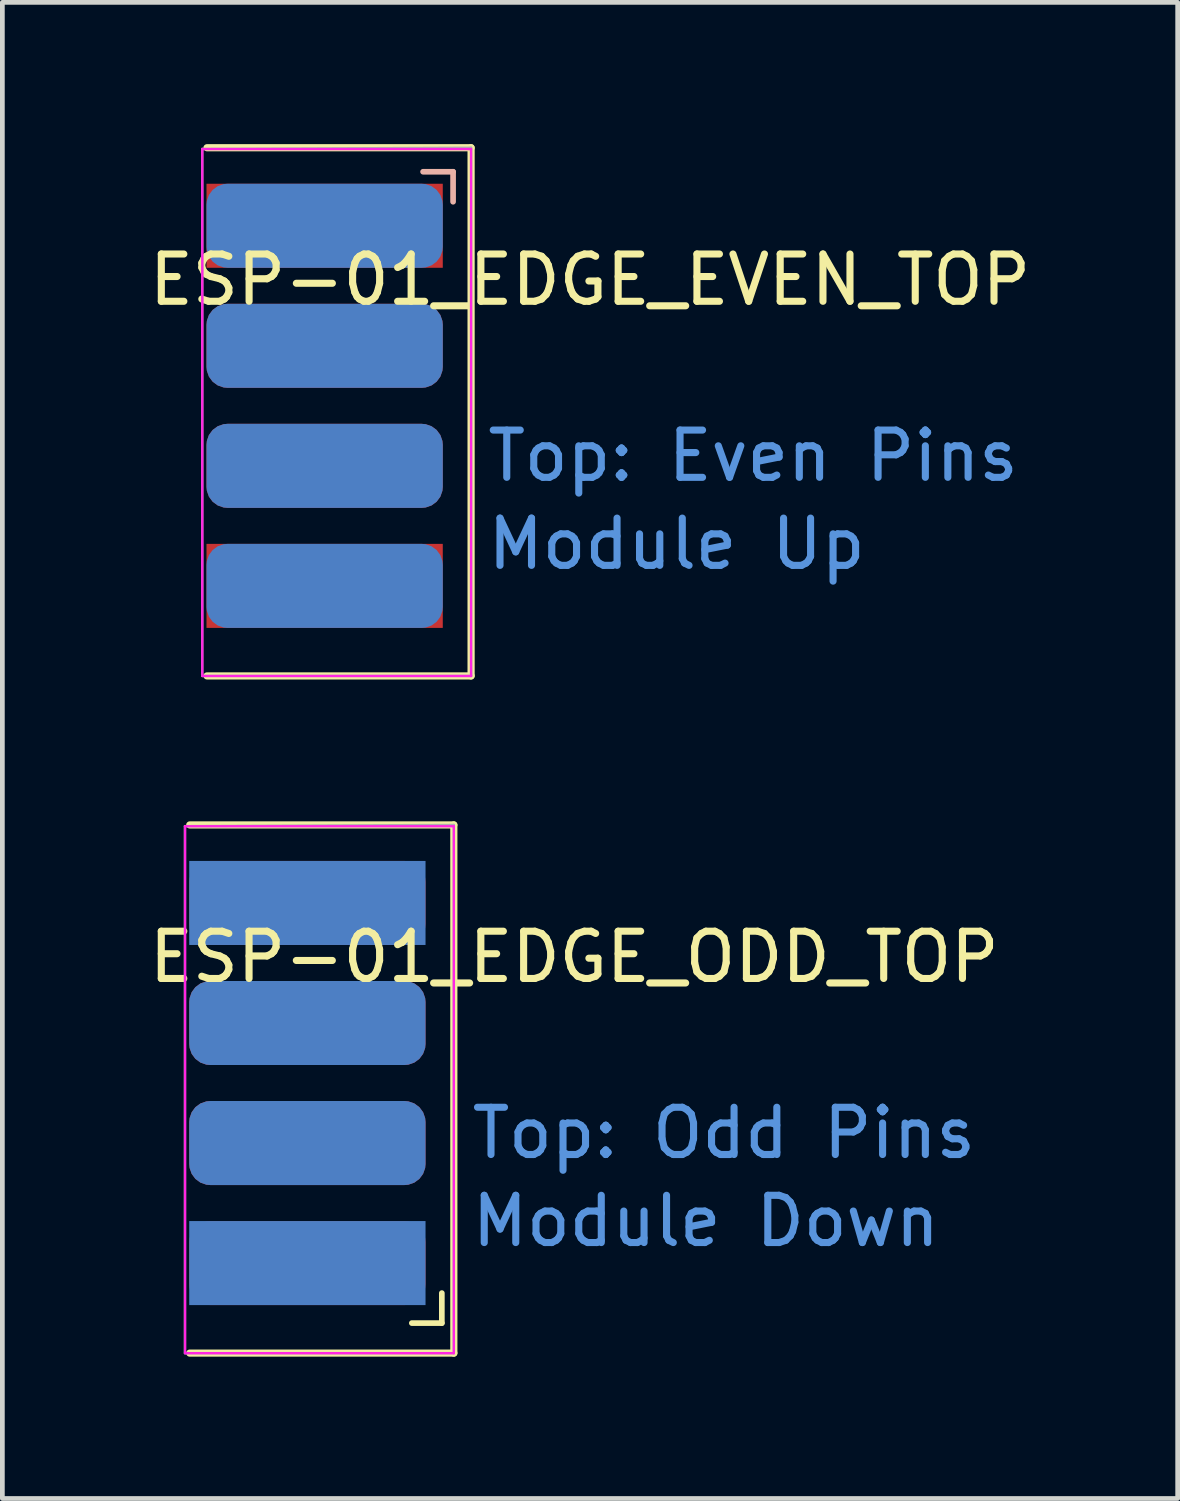
<source format=kicad_pcb>
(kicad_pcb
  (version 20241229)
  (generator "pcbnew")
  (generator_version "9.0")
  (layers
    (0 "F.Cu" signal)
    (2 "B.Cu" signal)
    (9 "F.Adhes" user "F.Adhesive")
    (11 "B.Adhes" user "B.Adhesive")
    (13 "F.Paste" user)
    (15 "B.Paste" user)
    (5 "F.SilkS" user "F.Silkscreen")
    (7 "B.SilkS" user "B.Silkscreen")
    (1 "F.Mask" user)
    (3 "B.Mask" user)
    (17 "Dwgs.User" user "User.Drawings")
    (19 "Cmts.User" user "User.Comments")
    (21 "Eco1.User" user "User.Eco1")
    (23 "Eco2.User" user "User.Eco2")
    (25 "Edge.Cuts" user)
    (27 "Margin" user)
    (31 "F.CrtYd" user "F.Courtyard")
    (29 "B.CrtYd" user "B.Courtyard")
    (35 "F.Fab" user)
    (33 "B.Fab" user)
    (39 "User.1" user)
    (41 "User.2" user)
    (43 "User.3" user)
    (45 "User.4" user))
  (footprint "ESP-01_EDGE_EVEN_TOP"
    (layer "F.Cu")
    (at 1.076 4.394)
    (property "Reference" "ESP-01_EDGE_EVEN_TOP" (at 8.359 -1.524 0) (layer "F.SilkS") (effects (font (size 1 1) (thickness 0.15))))
    (attr smd)
    (fp_line (start 0.254 6.858) (end 5.842 6.858) (stroke (width 0.152) (type solid)) (layer "F.SilkS"))
    (fp_line (start 5.842 -4.318) (end 0.254 -4.318) (stroke (width 0.152) (type solid)) (layer "F.SilkS"))
    (fp_line (start 5.842 6.858) (end 5.842 -4.318) (stroke (width 0.152) (type solid)) (layer "F.SilkS"))
    (fp_line (start 4.826 -3.81) (end 5.461 -3.81) (stroke (width 0.12) (type solid)) (layer "B.SilkS"))
    (fp_line (start 5.461 -3.81) (end 5.461 -3.175) (stroke (width 0.12) (type solid)) (layer "B.SilkS"))
    (fp_line (start 0.155 -4.29) (end 0.155 6.86) (stroke (width 0.05) (type solid)) (layer "F.CrtYd"))
    (fp_line (start 0.155 -4.29) (end 5.842 -4.29) (stroke (width 0.05) (type solid)) (layer "F.CrtYd"))
    (fp_line (start 0.155 6.86) (end 5.842 6.86) (stroke (width 0.05) (type solid)) (layer "F.CrtYd"))
    (fp_line (start 5.842 -4.29) (end 5.842 6.86) (stroke (width 0.05) (type solid)) (layer "F.CrtYd"))
    (fp_line (start 0.152 6.858) (end 0.152 -4.293) (stroke (width 0.05) (type solid)) (layer "F.Fab"))
    (fp_line (start 5.842 -4.318) (end 0.152 -4.293) (stroke (width 0.05) (type solid)) (layer "F.Fab"))
    (fp_line (start 5.842 6.858) (end 0.152 6.858) (stroke (width 0.05) (type solid)) (layer "F.Fab"))
    (fp_line (start 5.842 6.858) (end 5.842 -4.318) (stroke (width 0.05) (type solid)) (layer "F.Fab"))
    (fp_text user "Module Up" (at 10.192 4.064 0) (layer "Cmts.User") (effects (font (size 1 1) (thickness 0.15))))
    (fp_text user "Top: Even Pins" (at 11.811 2.201 0) (layer "Cmts.User") (effects (font (size 1 1) (thickness 0.15))))
    (pad "1" smd roundrect (at 2.743 -2.667) (size 5 1.778) (layers "B.Cu" "B.Mask" "B.Paste") (roundrect_rratio 0.25))
    (pad "2" smd rect (at 2.743 -2.667) (size 5 1.778) (layers "F.Cu" "F.Mask" "F.Paste"))
    (pad "3" smd roundrect (at 2.743 -0.127) (size 5 1.778) (layers "B.Cu" "B.Mask" "B.Paste") (roundrect_rratio 0.25))
    (pad "4" smd roundrect (at 2.743 -0.127) (size 5 1.778) (layers "F.Cu" "F.Mask" "F.Paste") (roundrect_rratio 0.25))
    (pad "5" smd roundrect (at 2.743 2.413) (size 5 1.778) (layers "B.Cu" "B.Mask" "B.Paste") (roundrect_rratio 0.25))
    (pad "6" smd roundrect (at 2.743 2.413) (size 5 1.778) (layers "F.Cu" "F.Mask" "F.Paste") (roundrect_rratio 0.25))
    (pad "7" smd roundrect (at 2.743 4.953) (size 5 1.778) (layers "B.Cu" "B.Mask" "B.Paste") (roundrect_rratio 0.25))
    (pad "8" smd rect (at 2.743 4.953) (size 5 1.778) (layers "F.Cu" "F.Mask" "F.Paste")))
  (footprint "ESP-01_EDGE_ODD_TOP"
    (layer "F.Cu")
    (at 0.711 18.723)
    (property "Reference" "ESP-01_EDGE_ODD_TOP" (at 8.39 -1.524 0) (layer "F.SilkS") (effects (font (size 1 1) (thickness 0.15))))
    (attr smd)
    (fp_line (start 0.254 6.858) (end 5.842 6.858) (stroke (width 0.152) (type solid)) (layer "F.SilkS"))
    (fp_line (start 5.588 5.588) (end 5.588 6.223) (stroke (width 0.12) (type solid)) (layer "F.SilkS"))
    (fp_line (start 5.588 6.223) (end 4.953 6.223) (stroke (width 0.12) (type solid)) (layer "F.SilkS"))
    (fp_line (start 5.842 -4.318) (end 0.254 -4.318) (stroke (width 0.152) (type solid)) (layer "F.SilkS"))
    (fp_line (start 5.842 6.858) (end 5.842 -4.318) (stroke (width 0.152) (type solid)) (layer "F.SilkS"))
    (fp_line (start 0.155 -4.29) (end 0.155 6.86) (stroke (width 0.05) (type solid)) (layer "F.CrtYd"))
    (fp_line (start 0.155 -4.29) (end 5.842 -4.29) (stroke (width 0.05) (type solid)) (layer "F.CrtYd"))
    (fp_line (start 0.155 6.86) (end 5.842 6.86) (stroke (width 0.05) (type solid)) (layer "F.CrtYd"))
    (fp_line (start 5.842 -4.29) (end 5.842 6.86) (stroke (width 0.05) (type solid)) (layer "F.CrtYd"))
    (fp_line (start 0.152 6.858) (end 0.152 -4.293) (stroke (width 0.05) (type solid)) (layer "F.Fab"))
    (fp_line (start 5.842 -4.318) (end 0.152 -4.293) (stroke (width 0.05) (type solid)) (layer "F.Fab"))
    (fp_line (start 5.842 6.858) (end 0.152 6.858) (stroke (width 0.05) (type solid)) (layer "F.Fab"))
    (fp_line (start 5.842 6.858) (end 5.842 -4.318) (stroke (width 0.05) (type solid)) (layer "F.Fab"))
    (fp_text user "Module Down" (at 11.176 4.064 0) (layer "Cmts.User") (effects (font (size 1 1) (thickness 0.15))))
    (fp_text user "Top: Odd Pins" (at 11.557 2.201 0) (layer "Cmts.User") (effects (font (size 1 1) (thickness 0.15))))
    (pad "1" smd roundrect (at 2.743 4.953) (size 5 1.778) (layers "F.Cu" "F.Mask" "F.Paste") (roundrect_rratio 0.25))
    (pad "2" smd rect (at 2.743 4.953) (size 5 1.778) (layers "B.Cu" "B.Mask" "B.Paste"))
    (pad "3" smd roundrect (at 2.743 2.413) (size 5 1.778) (layers "F.Cu" "F.Mask" "F.Paste") (roundrect_rratio 0.25))
    (pad "4" smd roundrect (at 2.743 2.413) (size 5 1.778) (layers "B.Cu" "B.Mask" "B.Paste") (roundrect_rratio 0.25))
    (pad "5" smd roundrect (at 2.743 -0.127) (size 5 1.778) (layers "F.Cu" "F.Mask" "F.Paste") (roundrect_rratio 0.25))
    (pad "6" smd roundrect (at 2.743 -0.127) (size 5 1.778) (layers "B.Cu" "B.Mask" "B.Paste") (roundrect_rratio 0.25))
    (pad "7" smd roundrect (at 2.743 -2.667) (size 5 1.778) (layers "F.Cu" "F.Mask" "F.Paste") (roundrect_rratio 0.25))
    (pad "8" smd rect (at 2.743 -2.667) (size 5 1.778) (layers "B.Cu" "B.Mask" "B.Paste")))
  (gr_rect
    (start -3 -3)
    (end 21.869 28.657)
    (stroke (width 0.1) (type default))
    (fill no)
    (layer "Edge.Cuts")))
</source>
